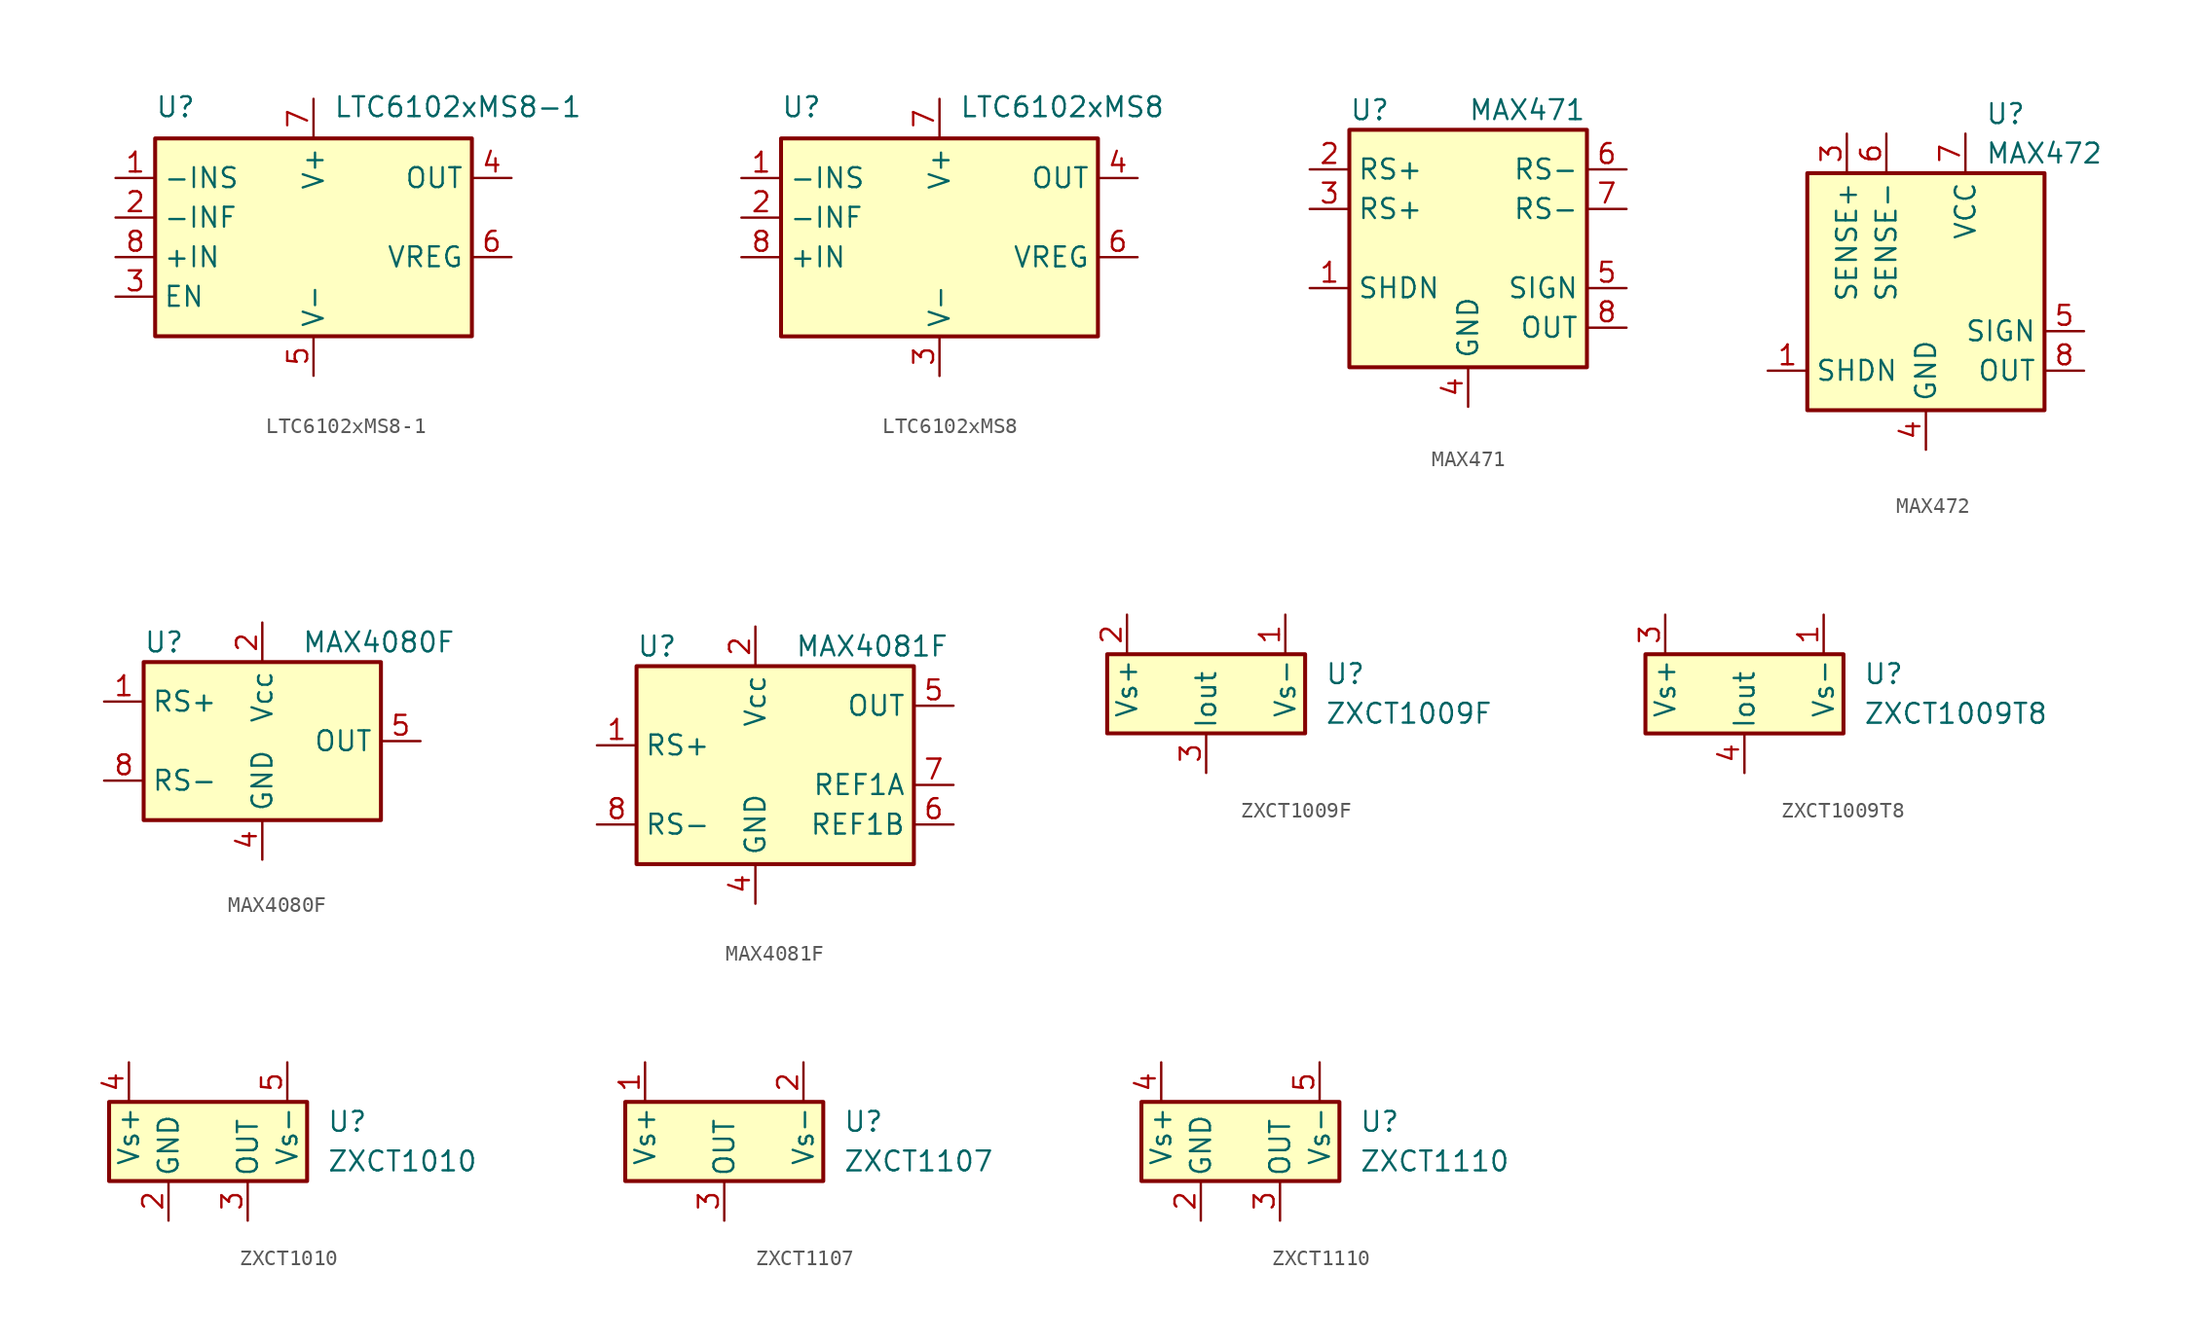
<source format=kicad_sym>
(kicad_symbol_lib
  (version 20241209)
  (generator "kicad_symbol_editor")
  (generator_version "9.0")
  (symbol "LTC6102xMS8-1"
    (property "Reference" "U"
      (at -10.16 8.89 0)
      (effects (font (size 1.27 1.27)) (justify left bottom)))
    (property "Value" "LTC6102xMS8-1"
      (at 1.27 8.89 0)
      (effects (font (size 1.27 1.27)) (justify left bottom)))
    (symbol "LTC6102xMS8-1_0_1"
      (rectangle (start -10.16 7.62) (end 10.16 -5.08) (stroke (width 0.254) (type default)) (fill (type background))))
    (symbol "LTC6102xMS8-1_1_1"
      (pin input line (at -12.7 5.08 0) (length 2.54) (name "-INS" (effects (font (size 1.27 1.27)))) (number "1" (effects (font (size 1.27 1.27)))))
      (pin input line (at -12.7 2.54 0) (length 2.54) (name "-INF" (effects (font (size 1.27 1.27)))) (number "2" (effects (font (size 1.27 1.27)))))
      (pin input line (at -12.7 0 0) (length 2.54) (name "+IN" (effects (font (size 1.27 1.27)))) (number "8" (effects (font (size 1.27 1.27)))))
      (pin input line (at -12.7 -2.54 0) (length 2.54) (name "EN" (effects (font (size 1.27 1.27)))) (number "3" (effects (font (size 1.27 1.27)))))
      (pin power_in line (at 0 10.16 270) (length 2.54) (name "V+" (effects (font (size 1.27 1.27)))) (number "7" (effects (font (size 1.27 1.27)))))
      (pin power_in line (at 0 -7.62 90) (length 2.54) (name "V-" (effects (font (size 1.27 1.27)))) (number "5" (effects (font (size 1.27 1.27)))))
      (pin output line (at 12.7 5.08 180) (length 2.54) (name "OUT" (effects (font (size 1.27 1.27)))) (number "4" (effects (font (size 1.27 1.27)))))
      (pin output line (at 12.7 0 180) (length 2.54) (name "VREG" (effects (font (size 1.27 1.27)))) (number "6" (effects (font (size 1.27 1.27)))))))
  (symbol "LTC6102xMS8"
    (property "Reference" "U"
      (at -10.16 8.89 0)
      (effects (font (size 1.27 1.27)) (justify left bottom)))
    (property "Value" "LTC6102xMS8"
      (at 1.27 8.89 0)
      (effects (font (size 1.27 1.27)) (justify left bottom)))
    (symbol "LTC6102xMS8_0_1"
      (rectangle (start -10.16 7.62) (end 10.16 -5.08) (stroke (width 0.254) (type default)) (fill (type background))))
    (symbol "LTC6102xMS8_1_1"
      (pin input line (at -12.7 5.08 0) (length 2.54) (name "-INS" (effects (font (size 1.27 1.27)))) (number "1" (effects (font (size 1.27 1.27)))))
      (pin input line (at -12.7 2.54 0) (length 2.54) (name "-INF" (effects (font (size 1.27 1.27)))) (number "2" (effects (font (size 1.27 1.27)))))
      (pin input line (at -12.7 0 0) (length 2.54) (name "+IN" (effects (font (size 1.27 1.27)))) (number "8" (effects (font (size 1.27 1.27)))))
      (pin power_in line (at 0 10.16 270) (length 2.54) (name "V+" (effects (font (size 1.27 1.27)))) (number "7" (effects (font (size 1.27 1.27)))))
      (pin power_in line (at 0 -7.62 90) (length 2.54) (name "V-" (effects (font (size 1.27 1.27)))) (number "3" (effects (font (size 1.27 1.27)))))
      (pin passive line (at 0 -7.62 90) (length 2.54) (hide yes) (name "V-" (effects (font (size 1.27 1.27)))) (number "5" (effects (font (size 1.27 1.27)))))
      (pin output line (at 12.7 5.08 180) (length 2.54) (name "OUT" (effects (font (size 1.27 1.27)))) (number "4" (effects (font (size 1.27 1.27)))))
      (pin output line (at 12.7 0 180) (length 2.54) (name "VREG" (effects (font (size 1.27 1.27)))) (number "6" (effects (font (size 1.27 1.27)))))))
  (symbol "MAX471"
    (property "Reference" "U"
      (at -7.62 8.89 0)
      (effects (font (size 1.27 1.27)) (justify left)))
    (property "Value" "MAX471"
      (at 0 8.89 0)
      (effects (font (size 1.27 1.27)) (justify left)))
    (symbol "MAX471_0_1"
      (rectangle (start -7.62 7.62) (end 7.62 -7.62) (stroke (width 0.254) (type default)) (fill (type background))))
    (symbol "MAX471_1_1"
      (pin input line (at -10.16 5.08 0) (length 2.54) (name "RS+" (effects (font (size 1.27 1.27)))) (number "2" (effects (font (size 1.27 1.27)))))
      (pin input line (at -10.16 2.54 0) (length 2.54) (name "RS+" (effects (font (size 1.27 1.27)))) (number "3" (effects (font (size 1.27 1.27)))))
      (pin input line (at -10.16 -2.54 0) (length 2.54) (name "SHDN" (effects (font (size 1.27 1.27)))) (number "1" (effects (font (size 1.27 1.27)))))
      (pin power_in line (at 0 -10.16 90) (length 2.54) (name "GND" (effects (font (size 1.27 1.27)))) (number "4" (effects (font (size 1.27 1.27)))))
      (pin input line (at 10.16 5.08 180) (length 2.54) (name "RS-" (effects (font (size 1.27 1.27)))) (number "6" (effects (font (size 1.27 1.27)))))
      (pin input line (at 10.16 2.54 180) (length 2.54) (name "RS-" (effects (font (size 1.27 1.27)))) (number "7" (effects (font (size 1.27 1.27)))))
      (pin open_collector line (at 10.16 -2.54 180) (length 2.54) (name "SIGN" (effects (font (size 1.27 1.27)))) (number "5" (effects (font (size 1.27 1.27)))))
      (pin output line (at 10.16 -5.08 180) (length 2.54) (name "OUT" (effects (font (size 1.27 1.27)))) (number "8" (effects (font (size 1.27 1.27)))))))
  (symbol "MAX472"
    (property "Reference" "U"
      (at 3.81 11.43 0)
      (effects (font (size 1.27 1.27)) (justify left)))
    (property "Value" "MAX472"
      (at 3.81 8.89 0)
      (effects (font (size 1.27 1.27)) (justify left)))
    (symbol "MAX472_0_1"
      (rectangle (start -7.62 7.62) (end 7.62 -7.62) (stroke (width 0.254) (type default)) (fill (type background))))
    (symbol "MAX472_1_1"
      (pin input line (at -10.16 -5.08 0) (length 2.54) (name "SHDN" (effects (font (size 1.27 1.27)))) (number "1" (effects (font (size 1.27 1.27)))))
      (pin input line (at -5.08 10.16 270) (length 2.54) (name "SENSE+" (effects (font (size 1.27 1.27)))) (number "3" (effects (font (size 1.27 1.27)))))
      (pin input line (at -2.54 10.16 270) (length 2.54) (name "SENSE-" (effects (font (size 1.27 1.27)))) (number "6" (effects (font (size 1.27 1.27)))))
      (pin power_in line (at 0 -10.16 90) (length 2.54) (name "GND" (effects (font (size 1.27 1.27)))) (number "4" (effects (font (size 1.27 1.27)))))
      (pin power_in line (at 2.54 10.16 270) (length 2.54) (name "VCC" (effects (font (size 1.27 1.27)))) (number "7" (effects (font (size 1.27 1.27)))))
      (pin no_connect line (at 7.62 2.54 180) (length 2.54) (hide yes) (name "NC" (effects (font (size 1.27 1.27)))) (number "2" (effects (font (size 1.27 1.27)))))
      (pin open_collector line (at 10.16 -2.54 180) (length 2.54) (name "SIGN" (effects (font (size 1.27 1.27)))) (number "5" (effects (font (size 1.27 1.27)))))
      (pin output line (at 10.16 -5.08 180) (length 2.54) (name "OUT" (effects (font (size 1.27 1.27)))) (number "8" (effects (font (size 1.27 1.27)))))))
  (symbol "MAX4080F"
    (property "Reference" "U"
      (at -7.62 6.35 0)
      (effects (font (size 1.27 1.27)) (justify left)))
    (property "Value" "MAX4080F"
      (at 2.54 6.35 0)
      (effects (font (size 1.27 1.27)) (justify left)))
    (symbol "MAX4080F_0_1"
      (rectangle (start -7.62 5.08) (end 7.62 -5.08) (stroke (width 0.254) (type default)) (fill (type background))))
    (symbol "MAX4080F_1_1"
      (pin input line (at -10.16 2.54 0) (length 2.54) (name "RS+" (effects (font (size 1.27 1.27)))) (number "1" (effects (font (size 1.27 1.27)))))
      (pin input line (at -10.16 -2.54 0) (length 2.54) (name "RS-" (effects (font (size 1.27 1.27)))) (number "8" (effects (font (size 1.27 1.27)))))
      (pin power_in line (at 0 7.62 270) (length 2.54) (name "Vcc" (effects (font (size 1.27 1.27)))) (number "2" (effects (font (size 1.27 1.27)))))
      (pin power_in line (at 0 -7.62 90) (length 2.54) (name "GND" (effects (font (size 1.27 1.27)))) (number "4" (effects (font (size 1.27 1.27)))))
      (pin no_connect line (at 2.54 -5.08 90) (length 2.54) (hide yes) (name "NC" (effects (font (size 1.27 1.27)))) (number "3" (effects (font (size 1.27 1.27)))))
      (pin no_connect line (at 5.08 -5.08 90) (length 2.54) (hide yes) (name "NC" (effects (font (size 1.27 1.27)))) (number "6" (effects (font (size 1.27 1.27)))))
      (pin no_connect line (at 7.62 -5.08 90) (length 2.54) (hide yes) (name "NC" (effects (font (size 1.27 1.27)))) (number "7" (effects (font (size 1.27 1.27)))))
      (pin output line (at 10.16 0 180) (length 2.54) (name "OUT" (effects (font (size 1.27 1.27)))) (number "5" (effects (font (size 1.27 1.27)))))))
  (symbol "MAX4081F"
    (property "Reference" "U"
      (at -7.62 8.89 0)
      (effects (font (size 1.27 1.27)) (justify left)))
    (property "Value" "MAX4081F"
      (at 2.54 8.89 0)
      (effects (font (size 1.27 1.27)) (justify left)))
    (symbol "MAX4081F_0_1"
      (rectangle (start -7.62 7.62) (end 10.16 -5.08) (stroke (width 0.254) (type default)) (fill (type background))))
    (symbol "MAX4081F_1_1"
      (pin input line (at -10.16 2.54 0) (length 2.54) (name "RS+" (effects (font (size 1.27 1.27)))) (number "1" (effects (font (size 1.27 1.27)))))
      (pin input line (at -10.16 -2.54 0) (length 2.54) (name "RS-" (effects (font (size 1.27 1.27)))) (number "8" (effects (font (size 1.27 1.27)))))
      (pin power_in line (at 0 10.16 270) (length 2.54) (name "Vcc" (effects (font (size 1.27 1.27)))) (number "2" (effects (font (size 1.27 1.27)))))
      (pin power_in line (at 0 -7.62 90) (length 2.54) (name "GND" (effects (font (size 1.27 1.27)))) (number "4" (effects (font (size 1.27 1.27)))))
      (pin no_connect line (at 10.16 2.54 180) (length 2.54) (hide yes) (name "NC" (effects (font (size 1.27 1.27)))) (number "3" (effects (font (size 1.27 1.27)))))
      (pin input line (at 12.7 5.08 180) (length 2.54) (name "OUT" (effects (font (size 1.27 1.27)))) (number "5" (effects (font (size 1.27 1.27)))))
      (pin input line (at 12.7 0 180) (length 2.54) (name "REF1A" (effects (font (size 1.27 1.27)))) (number "7" (effects (font (size 1.27 1.27)))))
      (pin input line (at 12.7 -2.54 180) (length 2.54) (name "REF1B" (effects (font (size 1.27 1.27)))) (number "6" (effects (font (size 1.27 1.27)))))))
  (symbol "ZXCT1009F"
    (pin_names
      (offset 0.254))
    (property "Reference" "U"
      (at 7.62 1.27 0)
      (effects (font (size 1.27 1.27)) (justify left)))
    (property "Value" "ZXCT1009F"
      (at 7.62 -1.27 0)
      (effects (font (size 1.27 1.27)) (justify left)))
    (symbol "ZXCT1009F_0_1"
      (rectangle (start -6.35 2.54) (end 6.35 -2.54) (stroke (width 0.254) (type default)) (fill (type background))))
    (symbol "ZXCT1009F_1_1"
      (pin input line (at -5.08 5.08 270) (length 2.54) (name "Vs+" (effects (font (size 1.27 1.27)))) (number "2" (effects (font (size 1.27 1.27)))))
      (pin output line (at 0 -5.08 90) (length 2.54) (name "Iout" (effects (font (size 1.27 1.27)))) (number "3" (effects (font (size 1.27 1.27)))))
      (pin input line (at 5.08 5.08 270) (length 2.54) (name "Vs-" (effects (font (size 1.27 1.27)))) (number "1" (effects (font (size 1.27 1.27)))))))
  (symbol "ZXCT1009T8"
    (pin_names
      (offset 0.254))
    (property "Reference" "U"
      (at 7.62 1.27 0)
      (effects (font (size 1.27 1.27)) (justify left)))
    (property "Value" "ZXCT1009T8"
      (at 7.62 -1.27 0)
      (effects (font (size 1.27 1.27)) (justify left)))
    (symbol "ZXCT1009T8_0_1"
      (rectangle (start -6.35 2.54) (end 6.35 -2.54) (stroke (width 0.254) (type default)) (fill (type background))))
    (symbol "ZXCT1009T8_1_1"
      (pin input line (at -5.08 5.08 270) (length 2.54) (name "Vs+" (effects (font (size 1.27 1.27)))) (number "3" (effects (font (size 1.27 1.27)))))
      (pin no_connect line (at -2.54 2.54 270) (length 2.54) (hide yes) (name "NC" (effects (font (size 1.27 1.27)))) (number "2" (effects (font (size 1.27 1.27)))))
      (pin no_connect line (at -2.54 -2.54 90) (length 2.54) (hide yes) (name "NC" (effects (font (size 1.27 1.27)))) (number "7" (effects (font (size 1.27 1.27)))))
      (pin no_connect line (at 0 2.54 270) (length 2.54) (hide yes) (name "NC" (effects (font (size 1.27 1.27)))) (number "5" (effects (font (size 1.27 1.27)))))
      (pin output line (at 0 -5.08 90) (length 2.54) (name "Iout" (effects (font (size 1.27 1.27)))) (number "4" (effects (font (size 1.27 1.27)))))
      (pin no_connect line (at 2.54 2.54 270) (length 2.54) (hide yes) (name "NC" (effects (font (size 1.27 1.27)))) (number "6" (effects (font (size 1.27 1.27)))))
      (pin no_connect line (at 2.54 -2.54 90) (length 2.54) (hide yes) (name "NC" (effects (font (size 1.27 1.27)))) (number "8" (effects (font (size 1.27 1.27)))))
      (pin input line (at 5.08 5.08 270) (length 2.54) (name "Vs-" (effects (font (size 1.27 1.27)))) (number "1" (effects (font (size 1.27 1.27)))))))
  (symbol "ZXCT1010"
    (pin_names
      (offset 0.254))
    (property "Reference" "U"
      (at 7.62 1.27 0)
      (effects (font (size 1.27 1.27)) (justify left)))
    (property "Value" "ZXCT1010"
      (at 7.62 -1.27 0)
      (effects (font (size 1.27 1.27)) (justify left)))
    (symbol "ZXCT1010_0_1"
      (rectangle (start -6.35 2.54) (end 6.35 -2.54) (stroke (width 0.254) (type default)) (fill (type background))))
    (symbol "ZXCT1010_1_1"
      (pin input line (at -5.08 5.08 270) (length 2.54) (name "Vs+" (effects (font (size 1.27 1.27)))) (number "4" (effects (font (size 1.27 1.27)))))
      (pin power_in line (at -2.54 -5.08 90) (length 2.54) (name "GND" (effects (font (size 1.27 1.27)))) (number "2" (effects (font (size 1.27 1.27)))))
      (pin no_connect line (at 0 2.54 270) (length 2.54) (hide yes) (name "NC" (effects (font (size 1.27 1.27)))) (number "1" (effects (font (size 1.27 1.27)))))
      (pin output line (at 2.54 -5.08 90) (length 2.54) (name "OUT" (effects (font (size 1.27 1.27)))) (number "3" (effects (font (size 1.27 1.27)))))
      (pin input line (at 5.08 5.08 270) (length 2.54) (name "Vs-" (effects (font (size 1.27 1.27)))) (number "5" (effects (font (size 1.27 1.27)))))))
  (symbol "ZXCT1107"
    (pin_names
      (offset 0.254))
    (property "Reference" "U"
      (at 7.62 1.27 0)
      (effects (font (size 1.27 1.27)) (justify left)))
    (property "Value" "ZXCT1107"
      (at 7.62 -1.27 0)
      (effects (font (size 1.27 1.27)) (justify left)))
    (symbol "ZXCT1107_0_1"
      (rectangle (start -6.35 2.54) (end 6.35 -2.54) (stroke (width 0.254) (type default)) (fill (type background))))
    (symbol "ZXCT1107_1_1"
      (pin input line (at -5.08 5.08 270) (length 2.54) (name "Vs+" (effects (font (size 1.27 1.27)))) (number "1" (effects (font (size 1.27 1.27)))))
      (pin output line (at 0 -5.08 90) (length 2.54) (name "OUT" (effects (font (size 1.27 1.27)))) (number "3" (effects (font (size 1.27 1.27)))))
      (pin input line (at 5.08 5.08 270) (length 2.54) (name "Vs-" (effects (font (size 1.27 1.27)))) (number "2" (effects (font (size 1.27 1.27)))))))
  (symbol "ZXCT1110"
    (pin_names
      (offset 0.254))
    (property "Reference" "U"
      (at 7.62 1.27 0)
      (effects (font (size 1.27 1.27)) (justify left)))
    (property "Value" "ZXCT1110"
      (at 7.62 -1.27 0)
      (effects (font (size 1.27 1.27)) (justify left)))
    (symbol "ZXCT1110_0_1"
      (rectangle (start -6.35 2.54) (end 6.35 -2.54) (stroke (width 0.254) (type default)) (fill (type background))))
    (symbol "ZXCT1110_1_1"
      (pin input line (at -5.08 5.08 270) (length 2.54) (name "Vs+" (effects (font (size 1.27 1.27)))) (number "4" (effects (font (size 1.27 1.27)))))
      (pin power_in line (at -2.54 -5.08 90) (length 2.54) (name "GND" (effects (font (size 1.27 1.27)))) (number "2" (effects (font (size 1.27 1.27)))))
      (pin no_connect line (at 0 2.54 270) (length 2.54) (hide yes) (name "NC" (effects (font (size 1.27 1.27)))) (number "1" (effects (font (size 1.27 1.27)))))
      (pin output line (at 2.54 -5.08 90) (length 2.54) (name "OUT" (effects (font (size 1.27 1.27)))) (number "3" (effects (font (size 1.27 1.27)))))
      (pin input line (at 5.08 5.08 270) (length 2.54) (name "Vs-" (effects (font (size 1.27 1.27)))) (number "5" (effects (font (size 1.27 1.27))))))))
</source>
